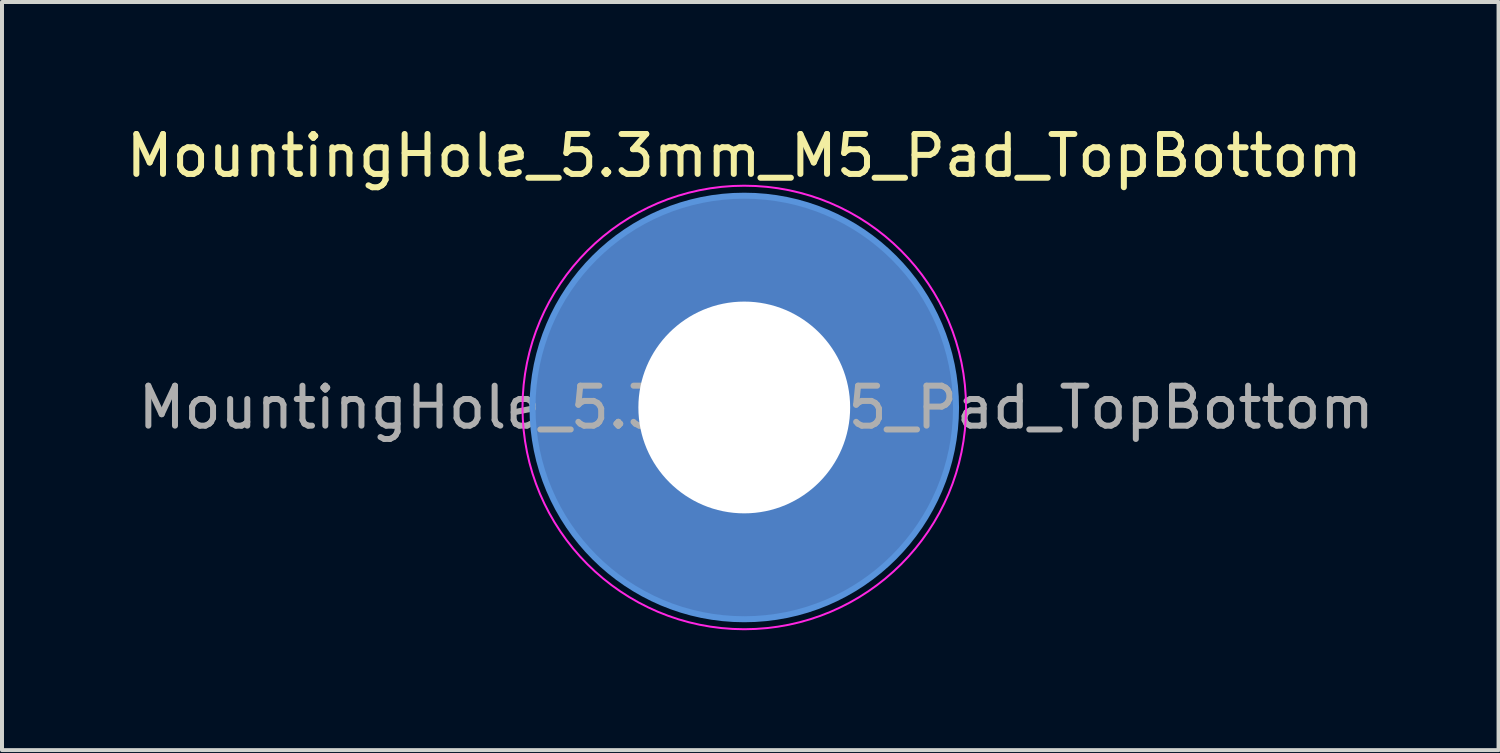
<source format=kicad_pcb>
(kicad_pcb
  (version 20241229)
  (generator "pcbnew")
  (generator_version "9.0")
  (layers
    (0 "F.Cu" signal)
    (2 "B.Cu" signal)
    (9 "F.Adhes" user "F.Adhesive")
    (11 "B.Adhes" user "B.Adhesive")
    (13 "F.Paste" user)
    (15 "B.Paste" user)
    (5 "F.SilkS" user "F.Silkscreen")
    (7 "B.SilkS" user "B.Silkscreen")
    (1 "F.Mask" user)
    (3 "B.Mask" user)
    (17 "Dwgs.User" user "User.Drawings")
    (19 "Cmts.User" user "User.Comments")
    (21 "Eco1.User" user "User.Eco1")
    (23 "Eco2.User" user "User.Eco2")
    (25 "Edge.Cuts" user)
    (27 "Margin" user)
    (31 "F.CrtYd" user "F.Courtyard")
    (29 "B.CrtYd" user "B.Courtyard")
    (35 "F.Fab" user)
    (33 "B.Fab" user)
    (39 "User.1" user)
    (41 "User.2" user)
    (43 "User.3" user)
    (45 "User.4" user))
  (footprint "MountingHole_5.3mm_M5_Pad_TopBottom"
    (layer "F.Cu")
    (at 15.577 7.148)
    (property "Reference" "MountingHole_5.3mm_M5_Pad_TopBottom" (at 0 -6.3 0) (layer "F.SilkS") (effects (font (size 1 1) (thickness 0.15))))
    (attr exclude_from_pos_files exclude_from_bom)
    (fp_circle (center 0 0) (end 5.3 0) (stroke (width 0.15) (type solid)) (fill no) (layer "Cmts.User"))
    (fp_circle (center 0 0) (end 5.55 0) (stroke (width 0.05) (type solid)) (fill no) (layer "F.CrtYd"))
    (fp_text user "${REFERENCE}" (at 0.3 0 0) (layer "F.Fab") (effects (font (size 1 1) (thickness 0.15))))
    (pad "1" thru_hole circle (at 0 0) (size 5.7 5.7) (drill 5.3) (layers "*.Cu" "*.Mask"))
    (pad "1" connect circle (at 0 0) (size 10.6 10.6) (layers "F.Cu" "F.Mask"))
    (pad "1" connect circle (at 0 0) (size 10.6 10.6) (layers "B.Cu" "B.Mask")))
  (gr_rect
    (start -3 -3)
    (end 34.455 15.723)
    (stroke (width 0.1) (type default))
    (fill no)
    (layer "Edge.Cuts")))
</source>
